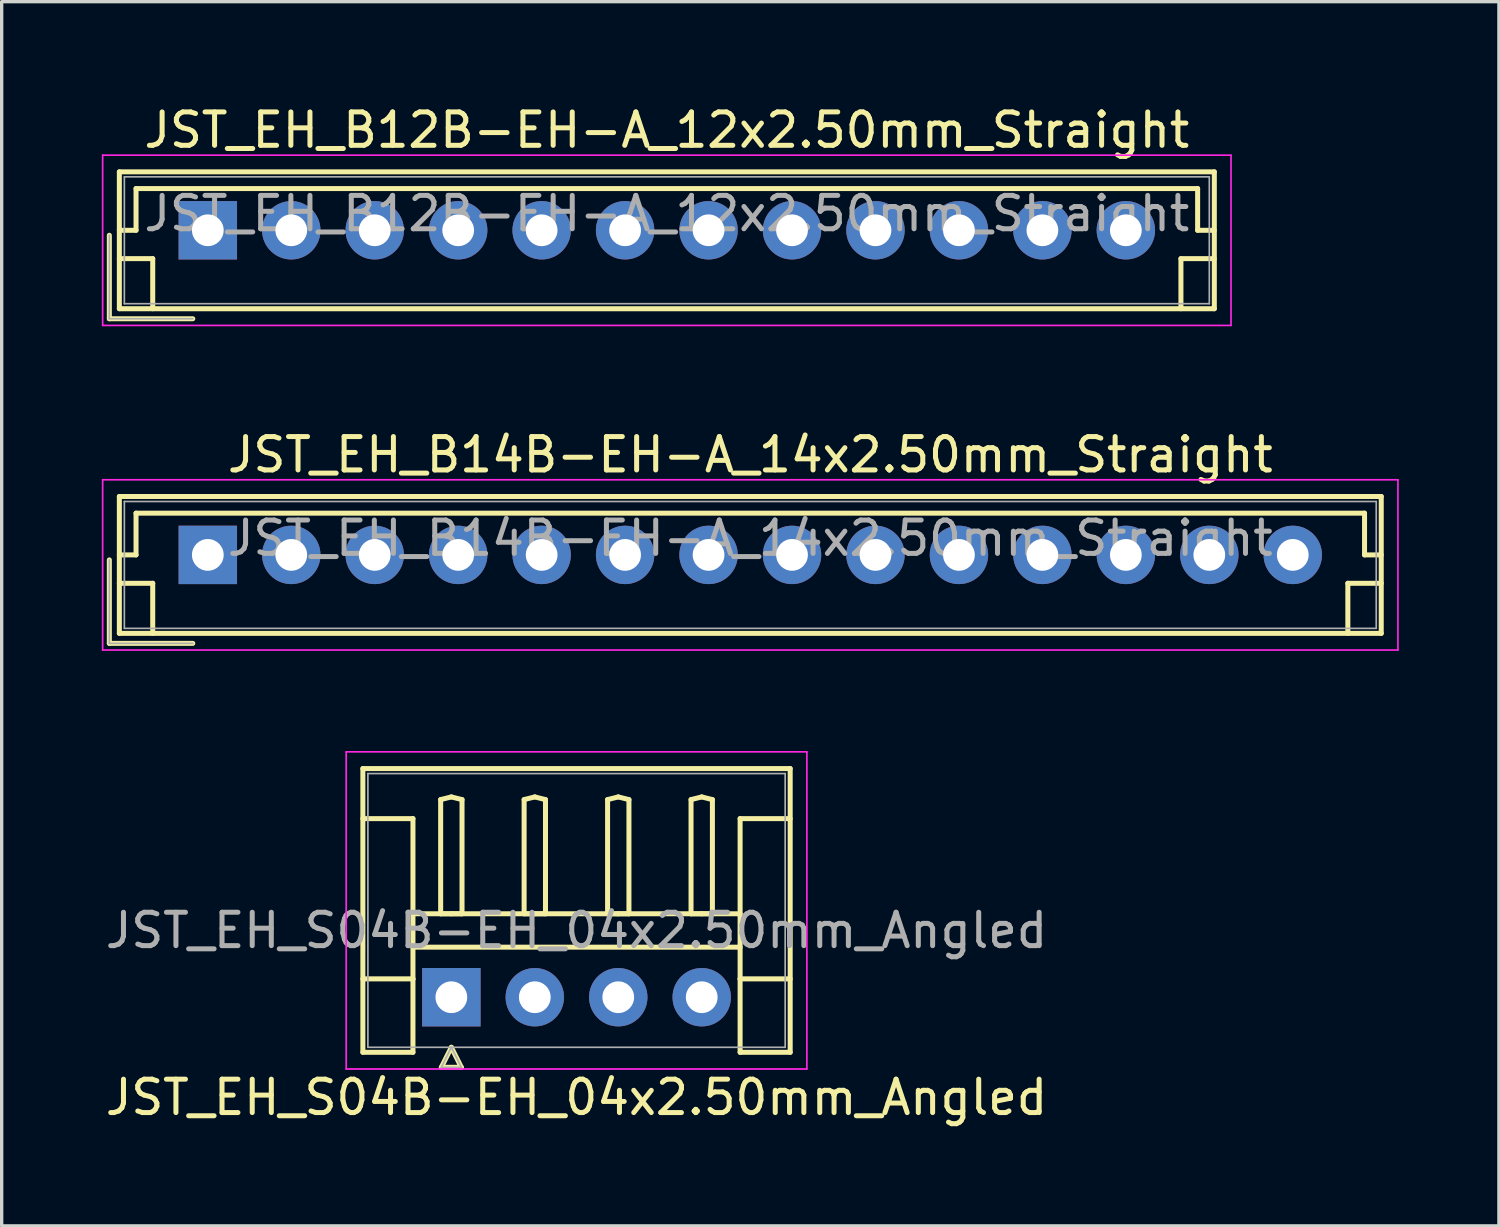
<source format=kicad_pcb>
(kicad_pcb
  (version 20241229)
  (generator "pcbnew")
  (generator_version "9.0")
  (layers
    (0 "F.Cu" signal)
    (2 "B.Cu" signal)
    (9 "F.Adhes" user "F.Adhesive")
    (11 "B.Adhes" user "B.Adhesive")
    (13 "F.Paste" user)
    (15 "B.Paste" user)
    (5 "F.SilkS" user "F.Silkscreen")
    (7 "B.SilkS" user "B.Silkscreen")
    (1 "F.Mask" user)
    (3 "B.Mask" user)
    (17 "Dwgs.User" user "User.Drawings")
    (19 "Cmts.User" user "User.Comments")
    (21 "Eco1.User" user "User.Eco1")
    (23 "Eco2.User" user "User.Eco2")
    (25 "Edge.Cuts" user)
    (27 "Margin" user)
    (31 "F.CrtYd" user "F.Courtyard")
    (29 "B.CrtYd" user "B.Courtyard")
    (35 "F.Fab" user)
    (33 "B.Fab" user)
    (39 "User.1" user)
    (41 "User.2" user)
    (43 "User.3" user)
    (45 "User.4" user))
  (footprint "JST_EH_B12B-EH-A_12x2.50mm_Straight"
    (layer "F.Cu")
    (at 3.175 3.848)
    (property "Reference" "JST_EH_B12B-EH-A_12x2.50mm_Straight" (at 13.75 -0.5 0) (layer "F.Fab") (effects (font (size 1 1) (thickness 0.15))))
    (attr through_hole)
    (fp_line (start -2.95 0.15) (end -2.95 2.65) (stroke (width 0.15) (type solid)) (layer "F.SilkS"))
    (fp_line (start -2.95 2.65) (end -0.45 2.65) (stroke (width 0.15) (type solid)) (layer "F.SilkS"))
    (fp_line (start -2.65 -1.75) (end -2.65 2.35) (stroke (width 0.15) (type solid)) (layer "F.SilkS"))
    (fp_line (start -2.65 0) (end -2.15 0) (stroke (width 0.15) (type solid)) (layer "F.SilkS"))
    (fp_line (start -2.65 0.85) (end -1.65 0.85) (stroke (width 0.15) (type solid)) (layer "F.SilkS"))
    (fp_line (start -2.65 2.35) (end 30.15 2.35) (stroke (width 0.15) (type solid)) (layer "F.SilkS"))
    (fp_line (start -2.15 -1.25) (end 29.65 -1.25) (stroke (width 0.15) (type solid)) (layer "F.SilkS"))
    (fp_line (start -2.15 0) (end -2.15 -1.25) (stroke (width 0.15) (type solid)) (layer "F.SilkS"))
    (fp_line (start -1.65 0.85) (end -1.65 2.35) (stroke (width 0.15) (type solid)) (layer "F.SilkS"))
    (fp_line (start 29.15 0.85) (end 29.15 2.35) (stroke (width 0.15) (type solid)) (layer "F.SilkS"))
    (fp_line (start 29.65 -1.25) (end 29.65 0) (stroke (width 0.15) (type solid)) (layer "F.SilkS"))
    (fp_line (start 29.65 0) (end 30.15 0) (stroke (width 0.15) (type solid)) (layer "F.SilkS"))
    (fp_line (start 30.15 -1.75) (end -2.65 -1.75) (stroke (width 0.15) (type solid)) (layer "F.SilkS"))
    (fp_line (start 30.15 0.85) (end 29.15 0.85) (stroke (width 0.15) (type solid)) (layer "F.SilkS"))
    (fp_line (start 30.15 2.35) (end 30.15 -1.75) (stroke (width 0.15) (type solid)) (layer "F.SilkS"))
    (fp_line (start -3.15 -2.25) (end -3.15 2.85) (stroke (width 0.05) (type solid)) (layer "F.CrtYd"))
    (fp_line (start -3.15 2.85) (end 30.65 2.85) (stroke (width 0.05) (type solid)) (layer "F.CrtYd"))
    (fp_line (start 30.65 -2.25) (end -3.15 -2.25) (stroke (width 0.05) (type solid)) (layer "F.CrtYd"))
    (fp_line (start 30.65 2.85) (end 30.65 -2.25) (stroke (width 0.05) (type solid)) (layer "F.CrtYd"))
    (fp_line (start -2.95 0.15) (end -2.95 2.65) (stroke (width 0.05) (type solid)) (layer "F.Fab"))
    (fp_line (start -2.95 2.65) (end -0.45 2.65) (stroke (width 0.05) (type solid)) (layer "F.Fab"))
    (fp_line (start -2.5 -1.6) (end -2.5 2.2) (stroke (width 0.05) (type solid)) (layer "F.Fab"))
    (fp_line (start -2.5 2.2) (end 30 2.2) (stroke (width 0.05) (type solid)) (layer "F.Fab"))
    (fp_line (start 30 -1.6) (end -2.5 -1.6) (stroke (width 0.05) (type solid)) (layer "F.Fab"))
    (fp_line (start 30 2.2) (end 30 -1.6) (stroke (width 0.05) (type solid)) (layer "F.Fab"))
    (fp_text user "${REFERENCE}" (at 13.75 -3 0) (layer "F.SilkS") (effects (font (size 1 1) (thickness 0.15))))
    (pad "1" thru_hole rect (at 0 0) (size 1.75 1.75) (drill 0.95) (layers "*.Cu" "*.Mask"))
    (pad "2" thru_hole circle (at 2.5 0) (size 1.75 1.75) (drill 0.95) (layers "*.Cu" "*.Mask"))
    (pad "3" thru_hole circle (at 5 0) (size 1.75 1.75) (drill 0.95) (layers "*.Cu" "*.Mask"))
    (pad "4" thru_hole circle (at 7.5 0) (size 1.75 1.75) (drill 0.95) (layers "*.Cu" "*.Mask"))
    (pad "5" thru_hole circle (at 10 0) (size 1.75 1.75) (drill 0.95) (layers "*.Cu" "*.Mask"))
    (pad "6" thru_hole circle (at 12.5 0) (size 1.75 1.75) (drill 0.95) (layers "*.Cu" "*.Mask"))
    (pad "7" thru_hole circle (at 15 0) (size 1.75 1.75) (drill 0.95) (layers "*.Cu" "*.Mask"))
    (pad "8" thru_hole circle (at 17.5 0) (size 1.75 1.75) (drill 0.95) (layers "*.Cu" "*.Mask"))
    (pad "9" thru_hole circle (at 20 0) (size 1.75 1.75) (drill 0.95) (layers "*.Cu" "*.Mask"))
    (pad "10" thru_hole circle (at 22.5 0) (size 1.75 1.75) (drill 0.95) (layers "*.Cu" "*.Mask"))
    (pad "11" thru_hole circle (at 25 0) (size 1.75 1.75) (drill 0.95) (layers "*.Cu" "*.Mask"))
    (pad "12" thru_hole circle (at 27.5 0) (size 1.75 1.75) (drill 0.95) (layers "*.Cu" "*.Mask")))
  (footprint "JST_EH_B14B-EH-A_14x2.50mm_Straight"
    (layer "F.Cu")
    (at 3.175 13.572)
    (property "Reference" "JST_EH_B14B-EH-A_14x2.50mm_Straight" (at 16.25 -0.5 0) (layer "F.Fab") (effects (font (size 1 1) (thickness 0.15))))
    (attr through_hole)
    (fp_line (start -2.95 0.15) (end -2.95 2.65) (stroke (width 0.15) (type solid)) (layer "F.SilkS"))
    (fp_line (start -2.95 2.65) (end -0.45 2.65) (stroke (width 0.15) (type solid)) (layer "F.SilkS"))
    (fp_line (start -2.65 -1.75) (end -2.65 2.35) (stroke (width 0.15) (type solid)) (layer "F.SilkS"))
    (fp_line (start -2.65 0) (end -2.15 0) (stroke (width 0.15) (type solid)) (layer "F.SilkS"))
    (fp_line (start -2.65 0.85) (end -1.65 0.85) (stroke (width 0.15) (type solid)) (layer "F.SilkS"))
    (fp_line (start -2.65 2.35) (end 35.15 2.35) (stroke (width 0.15) (type solid)) (layer "F.SilkS"))
    (fp_line (start -2.15 -1.25) (end 34.65 -1.25) (stroke (width 0.15) (type solid)) (layer "F.SilkS"))
    (fp_line (start -2.15 0) (end -2.15 -1.25) (stroke (width 0.15) (type solid)) (layer "F.SilkS"))
    (fp_line (start -1.65 0.85) (end -1.65 2.35) (stroke (width 0.15) (type solid)) (layer "F.SilkS"))
    (fp_line (start 34.15 0.85) (end 34.15 2.35) (stroke (width 0.15) (type solid)) (layer "F.SilkS"))
    (fp_line (start 34.65 -1.25) (end 34.65 0) (stroke (width 0.15) (type solid)) (layer "F.SilkS"))
    (fp_line (start 34.65 0) (end 35.15 0) (stroke (width 0.15) (type solid)) (layer "F.SilkS"))
    (fp_line (start 35.15 -1.75) (end -2.65 -1.75) (stroke (width 0.15) (type solid)) (layer "F.SilkS"))
    (fp_line (start 35.15 0.85) (end 34.15 0.85) (stroke (width 0.15) (type solid)) (layer "F.SilkS"))
    (fp_line (start 35.15 2.35) (end 35.15 -1.75) (stroke (width 0.15) (type solid)) (layer "F.SilkS"))
    (fp_line (start -3.15 -2.25) (end -3.15 2.85) (stroke (width 0.05) (type solid)) (layer "F.CrtYd"))
    (fp_line (start -3.15 2.85) (end 35.65 2.85) (stroke (width 0.05) (type solid)) (layer "F.CrtYd"))
    (fp_line (start 35.65 -2.25) (end -3.15 -2.25) (stroke (width 0.05) (type solid)) (layer "F.CrtYd"))
    (fp_line (start 35.65 2.85) (end 35.65 -2.25) (stroke (width 0.05) (type solid)) (layer "F.CrtYd"))
    (fp_line (start -2.95 0.15) (end -2.95 2.65) (stroke (width 0.05) (type solid)) (layer "F.Fab"))
    (fp_line (start -2.95 2.65) (end -0.45 2.65) (stroke (width 0.05) (type solid)) (layer "F.Fab"))
    (fp_line (start -2.5 -1.6) (end -2.5 2.2) (stroke (width 0.05) (type solid)) (layer "F.Fab"))
    (fp_line (start -2.5 2.2) (end 35 2.2) (stroke (width 0.05) (type solid)) (layer "F.Fab"))
    (fp_line (start 35 -1.6) (end -2.5 -1.6) (stroke (width 0.05) (type solid)) (layer "F.Fab"))
    (fp_line (start 35 2.2) (end 35 -1.6) (stroke (width 0.05) (type solid)) (layer "F.Fab"))
    (fp_text user "${REFERENCE}" (at 16.25 -3 0) (layer "F.SilkS") (effects (font (size 1 1) (thickness 0.15))))
    (pad "1" thru_hole rect (at 0 0) (size 1.75 1.75) (drill 0.95) (layers "*.Cu" "*.Mask"))
    (pad "2" thru_hole circle (at 2.5 0) (size 1.75 1.75) (drill 0.95) (layers "*.Cu" "*.Mask"))
    (pad "3" thru_hole circle (at 5 0) (size 1.75 1.75) (drill 0.95) (layers "*.Cu" "*.Mask"))
    (pad "4" thru_hole circle (at 7.5 0) (size 1.75 1.75) (drill 0.95) (layers "*.Cu" "*.Mask"))
    (pad "5" thru_hole circle (at 10 0) (size 1.75 1.75) (drill 0.95) (layers "*.Cu" "*.Mask"))
    (pad "6" thru_hole circle (at 12.5 0) (size 1.75 1.75) (drill 0.95) (layers "*.Cu" "*.Mask"))
    (pad "7" thru_hole circle (at 15 0) (size 1.75 1.75) (drill 0.95) (layers "*.Cu" "*.Mask"))
    (pad "8" thru_hole circle (at 17.5 0) (size 1.75 1.75) (drill 0.95) (layers "*.Cu" "*.Mask"))
    (pad "9" thru_hole circle (at 20 0) (size 1.75 1.75) (drill 0.95) (layers "*.Cu" "*.Mask"))
    (pad "10" thru_hole circle (at 22.5 0) (size 1.75 1.75) (drill 0.95) (layers "*.Cu" "*.Mask"))
    (pad "11" thru_hole circle (at 25 0) (size 1.75 1.75) (drill 0.95) (layers "*.Cu" "*.Mask"))
    (pad "12" thru_hole circle (at 27.5 0) (size 1.75 1.75) (drill 0.95) (layers "*.Cu" "*.Mask"))
    (pad "13" thru_hole circle (at 30 0) (size 1.75 1.75) (drill 0.95) (layers "*.Cu" "*.Mask"))
    (pad "14" thru_hole circle (at 32.5 0) (size 1.75 1.75) (drill 0.95) (layers "*.Cu" "*.Mask")))
  (footprint "JST_EH_S04B-EH_04x2.50mm_Angled"
    (layer "F.Cu")
    (at 10.47 26.822)
    (property "Reference" "JST_EH_S04B-EH_04x2.50mm_Angled" (at 3.75 -2 0) (layer "F.Fab") (effects (font (size 1 1) (thickness 0.15))))
    (attr through_hole)
    (fp_line (start -2.65 -6.85) (end 10.15 -6.85) (stroke (width 0.15) (type solid)) (layer "F.SilkS"))
    (fp_line (start -2.65 -5.35) (end -1.15 -5.35) (stroke (width 0.15) (type solid)) (layer "F.SilkS"))
    (fp_line (start -2.65 1.65) (end -2.65 -6.85) (stroke (width 0.15) (type solid)) (layer "F.SilkS"))
    (fp_line (start -1.15 -5.35) (end -1.15 -0.55) (stroke (width 0.15) (type solid)) (layer "F.SilkS"))
    (fp_line (start -1.15 -2.5) (end 8.65 -2.5) (stroke (width 0.15) (type solid)) (layer "F.SilkS"))
    (fp_line (start -1.15 -1.5) (end 8.65 -1.5) (stroke (width 0.15) (type solid)) (layer "F.SilkS"))
    (fp_line (start -1.15 -0.55) (end -2.65 -0.55) (stroke (width 0.15) (type solid)) (layer "F.SilkS"))
    (fp_line (start -1.15 -0.55) (end -1.15 1.65) (stroke (width 0.15) (type solid)) (layer "F.SilkS"))
    (fp_line (start -1.15 1.65) (end -2.65 1.65) (stroke (width 0.15) (type solid)) (layer "F.SilkS"))
    (fp_line (start -0.32 -5.92) (end 0 -6) (stroke (width 0.15) (type solid)) (layer "F.SilkS"))
    (fp_line (start -0.32 -2.5) (end -0.32 -5.92) (stroke (width 0.15) (type solid)) (layer "F.SilkS"))
    (fp_line (start -0.3 2.1) (end 0.3 2.1) (stroke (width 0.15) (type solid)) (layer "F.SilkS"))
    (fp_line (start 0 -6) (end 0.32 -5.92) (stroke (width 0.15) (type solid)) (layer "F.SilkS"))
    (fp_line (start 0 -2.5) (end -0.32 -2.5) (stroke (width 0.15) (type solid)) (layer "F.SilkS"))
    (fp_line (start 0 1.5) (end -0.3 2.1) (stroke (width 0.15) (type solid)) (layer "F.SilkS"))
    (fp_line (start 0.3 2.1) (end 0 1.5) (stroke (width 0.15) (type solid)) (layer "F.SilkS"))
    (fp_line (start 0.32 -5.92) (end 0.32 -2.5) (stroke (width 0.15) (type solid)) (layer "F.SilkS"))
    (fp_line (start 0.32 -2.5) (end 0 -2.5) (stroke (width 0.15) (type solid)) (layer "F.SilkS"))
    (fp_line (start 2.18 -5.92) (end 2.5 -6) (stroke (width 0.15) (type solid)) (layer "F.SilkS"))
    (fp_line (start 2.18 -2.5) (end 2.18 -5.92) (stroke (width 0.15) (type solid)) (layer "F.SilkS"))
    (fp_line (start 2.5 -6) (end 2.82 -5.92) (stroke (width 0.15) (type solid)) (layer "F.SilkS"))
    (fp_line (start 2.5 -2.5) (end 2.18 -2.5) (stroke (width 0.15) (type solid)) (layer "F.SilkS"))
    (fp_line (start 2.82 -5.92) (end 2.82 -2.5) (stroke (width 0.15) (type solid)) (layer "F.SilkS"))
    (fp_line (start 2.82 -2.5) (end 2.5 -2.5) (stroke (width 0.15) (type solid)) (layer "F.SilkS"))
    (fp_line (start 4.68 -5.92) (end 5 -6) (stroke (width 0.15) (type solid)) (layer "F.SilkS"))
    (fp_line (start 4.68 -2.5) (end 4.68 -5.92) (stroke (width 0.15) (type solid)) (layer "F.SilkS"))
    (fp_line (start 5 -6) (end 5.32 -5.92) (stroke (width 0.15) (type solid)) (layer "F.SilkS"))
    (fp_line (start 5 -2.5) (end 4.68 -2.5) (stroke (width 0.15) (type solid)) (layer "F.SilkS"))
    (fp_line (start 5.32 -5.92) (end 5.32 -2.5) (stroke (width 0.15) (type solid)) (layer "F.SilkS"))
    (fp_line (start 5.32 -2.5) (end 5 -2.5) (stroke (width 0.15) (type solid)) (layer "F.SilkS"))
    (fp_line (start 7.18 -5.92) (end 7.5 -6) (stroke (width 0.15) (type solid)) (layer "F.SilkS"))
    (fp_line (start 7.18 -2.5) (end 7.18 -5.92) (stroke (width 0.15) (type solid)) (layer "F.SilkS"))
    (fp_line (start 7.5 -6) (end 7.82 -5.92) (stroke (width 0.15) (type solid)) (layer "F.SilkS"))
    (fp_line (start 7.5 -2.5) (end 7.18 -2.5) (stroke (width 0.15) (type solid)) (layer "F.SilkS"))
    (fp_line (start 7.82 -5.92) (end 7.82 -2.5) (stroke (width 0.15) (type solid)) (layer "F.SilkS"))
    (fp_line (start 7.82 -2.5) (end 7.5 -2.5) (stroke (width 0.15) (type solid)) (layer "F.SilkS"))
    (fp_line (start 8.65 -5.35) (end 8.65 -0.55) (stroke (width 0.15) (type solid)) (layer "F.SilkS"))
    (fp_line (start 8.65 -0.55) (end 10.15 -0.55) (stroke (width 0.15) (type solid)) (layer "F.SilkS"))
    (fp_line (start 8.65 1.65) (end 8.65 -0.55) (stroke (width 0.15) (type solid)) (layer "F.SilkS"))
    (fp_line (start 10.15 -6.85) (end 10.15 1.65) (stroke (width 0.15) (type solid)) (layer "F.SilkS"))
    (fp_line (start 10.15 -5.35) (end 8.65 -5.35) (stroke (width 0.15) (type solid)) (layer "F.SilkS"))
    (fp_line (start 10.15 1.65) (end 8.65 1.65) (stroke (width 0.15) (type solid)) (layer "F.SilkS"))
    (fp_line (start -3.15 -7.35) (end -3.15 2.15) (stroke (width 0.05) (type solid)) (layer "F.CrtYd"))
    (fp_line (start -3.15 2.15) (end 10.65 2.15) (stroke (width 0.05) (type solid)) (layer "F.CrtYd"))
    (fp_line (start 10.65 -7.35) (end -3.15 -7.35) (stroke (width 0.05) (type solid)) (layer "F.CrtYd"))
    (fp_line (start 10.65 2.15) (end 10.65 -7.35) (stroke (width 0.05) (type solid)) (layer "F.CrtYd"))
    (fp_line (start -2.5 -6.7) (end -2.5 1.5) (stroke (width 0.05) (type solid)) (layer "F.Fab"))
    (fp_line (start -2.5 1.5) (end 10 1.5) (stroke (width 0.05) (type solid)) (layer "F.Fab"))
    (fp_line (start -0.3 2.1) (end 0.3 2.1) (stroke (width 0.05) (type solid)) (layer "F.Fab"))
    (fp_line (start 0 1.5) (end -0.3 2.1) (stroke (width 0.05) (type solid)) (layer "F.Fab"))
    (fp_line (start 0.3 2.1) (end 0 1.5) (stroke (width 0.05) (type solid)) (layer "F.Fab"))
    (fp_line (start 10 -6.7) (end -2.5 -6.7) (stroke (width 0.05) (type solid)) (layer "F.Fab"))
    (fp_line (start 10 1.5) (end 10 -6.7) (stroke (width 0.05) (type solid)) (layer "F.Fab"))
    (fp_text user "${REFERENCE}" (at 3.75 3 0) (layer "F.SilkS") (effects (font (size 1 1) (thickness 0.15))))
    (pad "1" thru_hole rect (at 0 0) (size 1.75 1.75) (drill 0.95) (layers "*.Cu" "*.Mask"))
    (pad "2" thru_hole circle (at 2.5 0) (size 1.75 1.75) (drill 0.95) (layers "*.Cu" "*.Mask"))
    (pad "3" thru_hole circle (at 5 0) (size 1.75 1.75) (drill 0.95) (layers "*.Cu" "*.Mask"))
    (pad "4" thru_hole circle (at 7.5 0) (size 1.75 1.75) (drill 0.95) (layers "*.Cu" "*.Mask")))
  (gr_rect
    (start -3 -3)
    (end 41.85 33.67)
    (stroke (width 0.1) (type default))
    (fill no)
    (layer "Edge.Cuts")))
</source>
